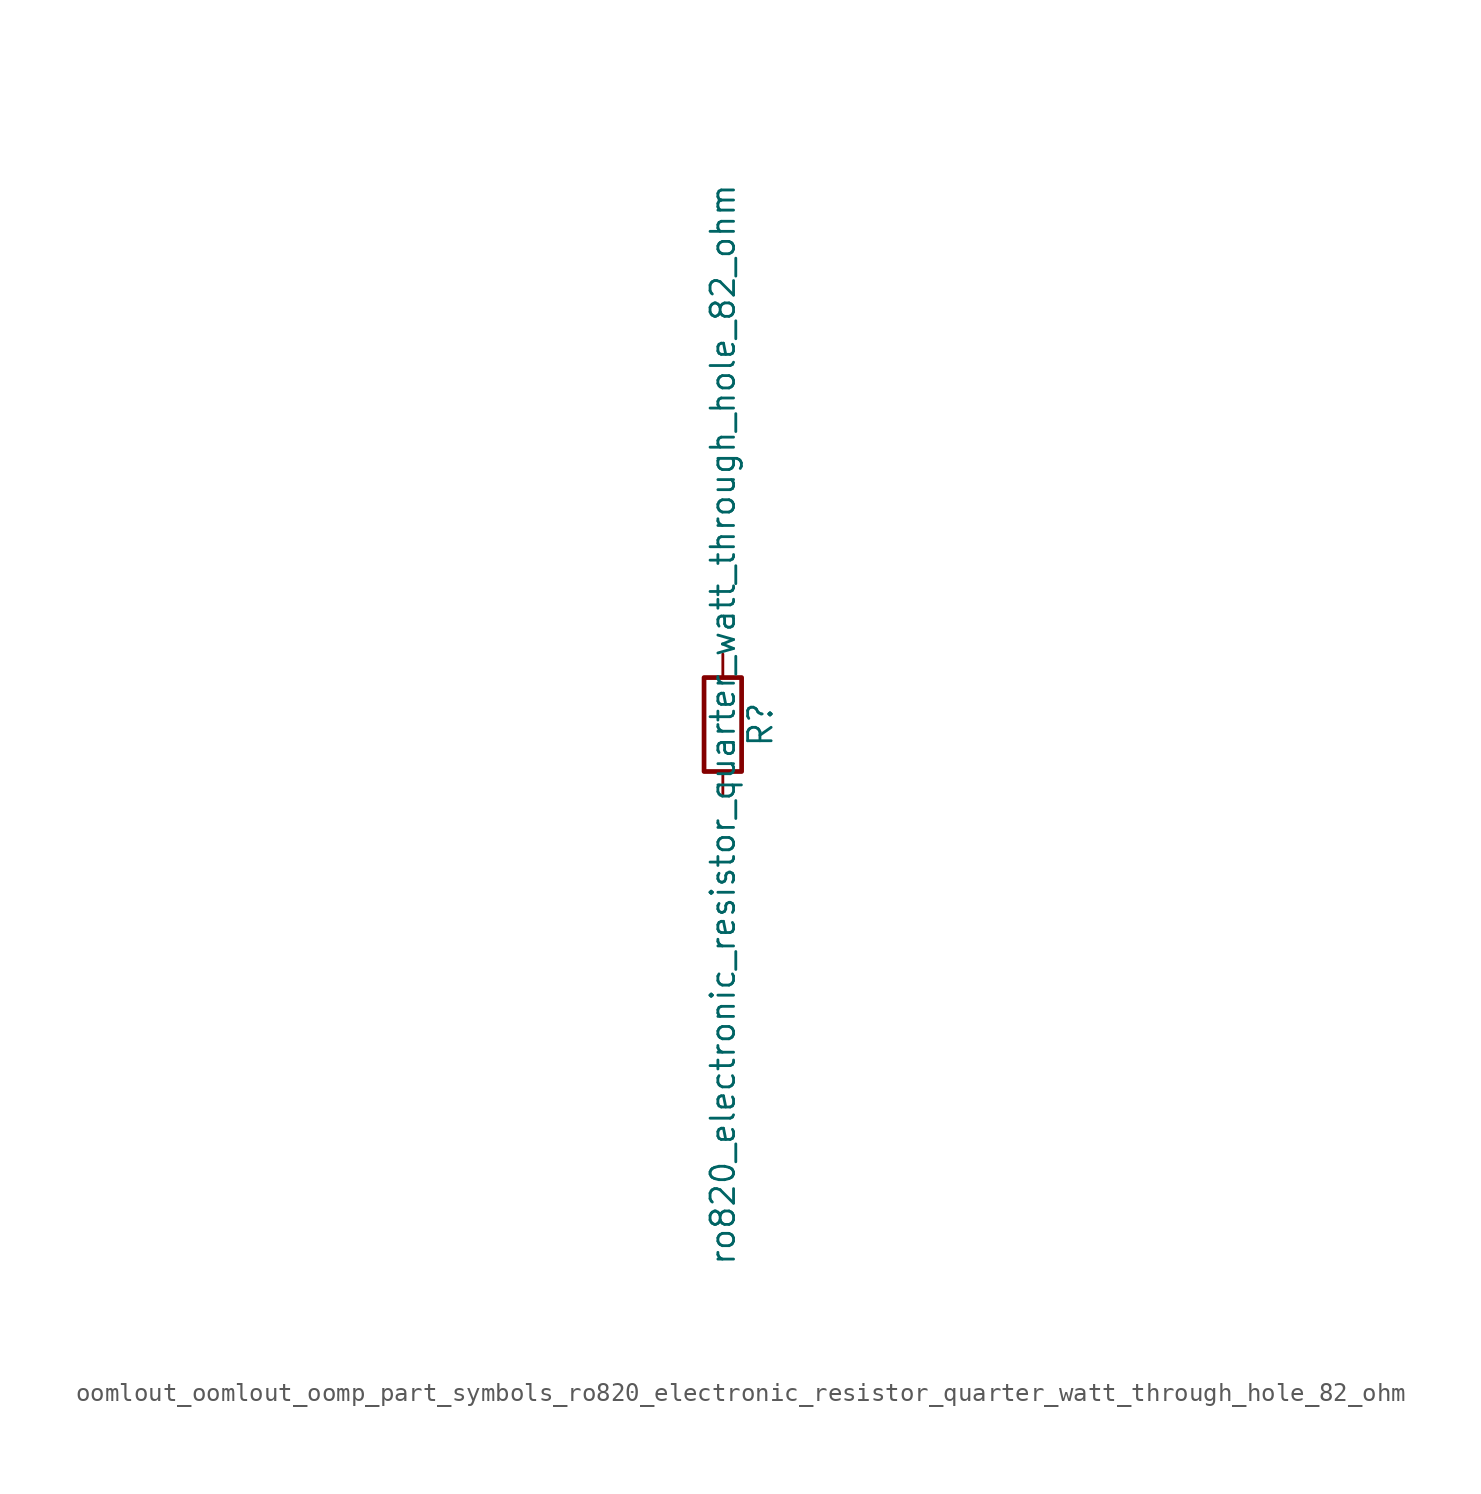
<source format=kicad_sym>
(kicad_symbol_lib
  (version 20220914)
  (generator kicad_symbol_editor)
  (symbol "oomlout_oomlout_oomp_part_symbols_ro820_electronic_resistor_quarter_watt_through_hole_82_ohm"
    (pin_numbers hide)
    (pin_names
      (offset 0))
    (property "Reference" "R"
      (at 2.032 0 90)
      (effects (font (size 1.27 1.27))))
    (property "Value" "ro820_electronic_resistor_quarter_watt_through_hole_82_ohm"
      (at 0 0 90)
      (effects (font (size 1.27 1.27))))
    (symbol "oomlout_oomlout_oomp_part_symbols_ro820_electronic_resistor_quarter_watt_through_hole_82_ohm_0_1"
      (rectangle (start -1.016 -2.54) (end 1.016 2.54) (stroke (width 0.254) (type default)) (fill (type none))))
    (symbol "oomlout_oomlout_oomp_part_symbols_ro820_electronic_resistor_quarter_watt_through_hole_82_ohm_1_1"
      (pin passive line (at 0 3.81 270) (length 1.27) (name "~" (effects (font (size 1.27 1.27)))) (number "1" (effects (font (size 1.27 1.27)))))
      (pin passive line (at 0 -3.81 90) (length 1.27) (name "~" (effects (font (size 1.27 1.27)))) (number "2" (effects (font (size 1.27 1.27))))))))
</source>
